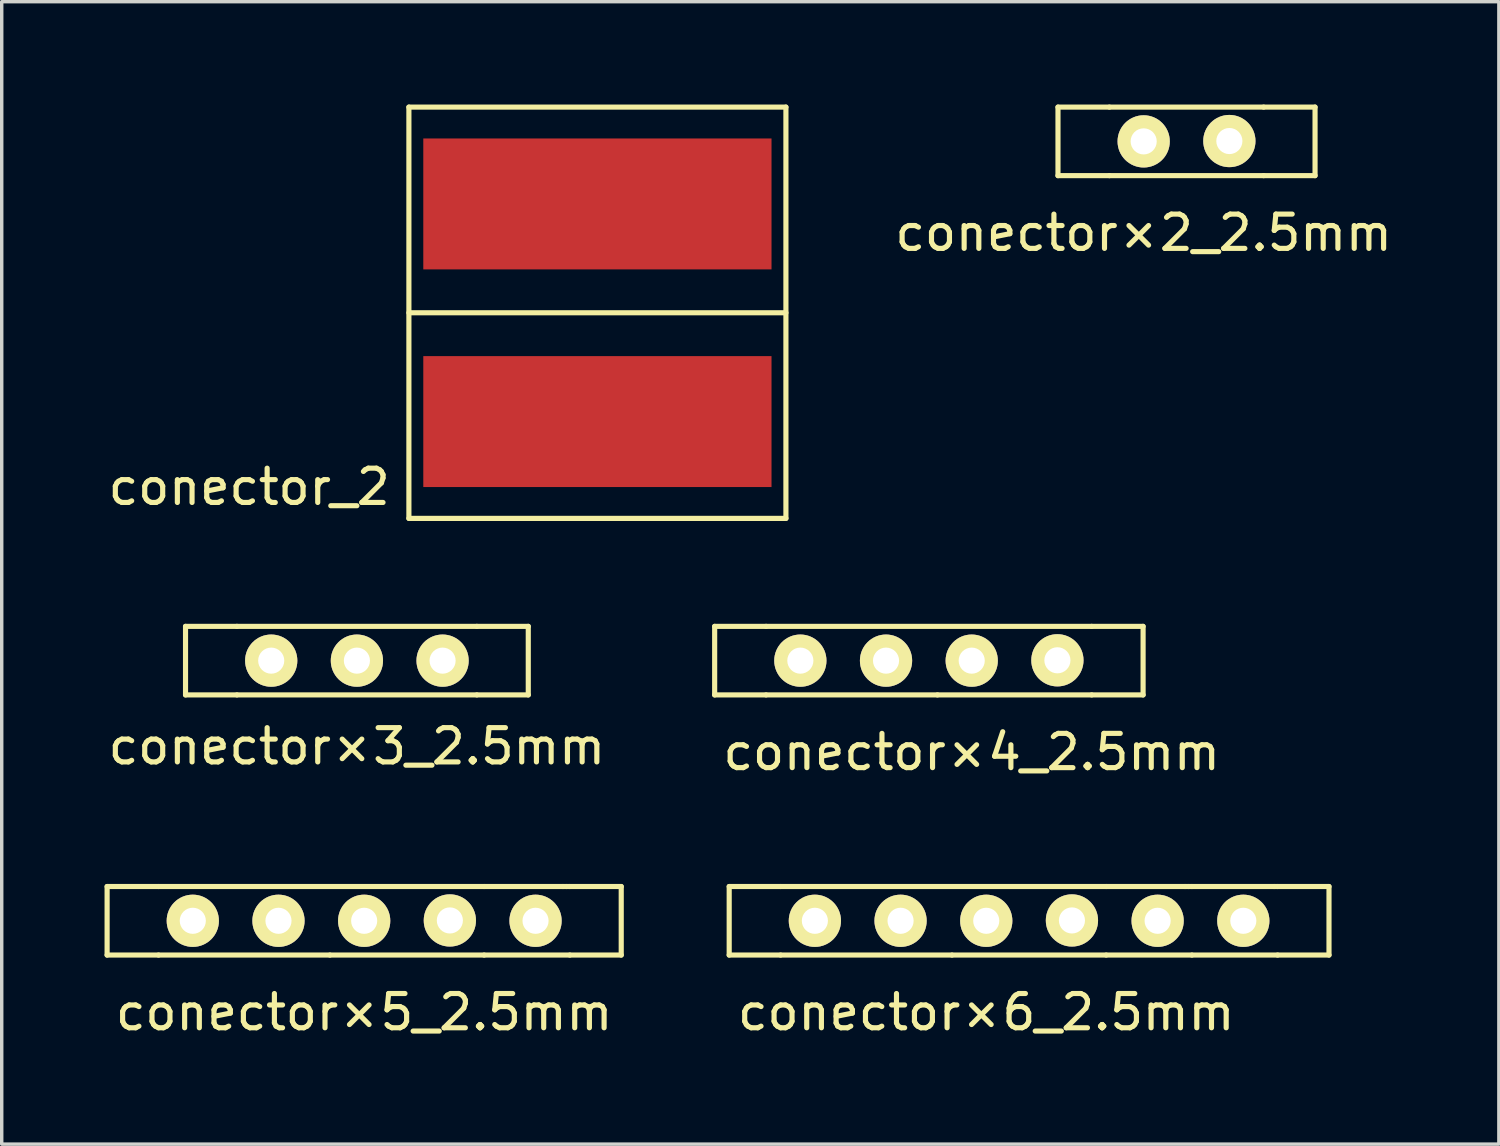
<source format=kicad_pcb>
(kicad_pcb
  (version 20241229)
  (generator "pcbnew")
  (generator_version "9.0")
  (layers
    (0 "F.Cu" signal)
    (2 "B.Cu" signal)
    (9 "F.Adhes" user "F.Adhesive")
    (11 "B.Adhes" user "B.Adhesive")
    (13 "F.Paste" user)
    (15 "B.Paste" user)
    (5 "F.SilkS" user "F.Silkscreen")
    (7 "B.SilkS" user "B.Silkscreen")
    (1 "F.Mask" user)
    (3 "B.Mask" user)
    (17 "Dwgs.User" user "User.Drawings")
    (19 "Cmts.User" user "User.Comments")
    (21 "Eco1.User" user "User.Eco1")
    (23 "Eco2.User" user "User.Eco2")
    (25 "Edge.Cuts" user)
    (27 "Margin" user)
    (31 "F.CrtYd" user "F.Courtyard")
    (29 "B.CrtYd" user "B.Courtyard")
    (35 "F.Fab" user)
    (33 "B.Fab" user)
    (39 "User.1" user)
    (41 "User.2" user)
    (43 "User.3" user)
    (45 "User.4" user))
  (footprint "conector×5_2.5mm"
    (layer "F.Cu")
    (at 7.575 23.815)
    (property "Reference" "conector×5_2.5mm" (at 0 2.667 0) (layer "F.SilkS") (effects (font (size 1 1) (thickness 0.15))))
    (attr through_hole)
    (fp_line (start -7.5 1) (end -7.5 -1) (stroke (width 0.15) (type solid)) (layer "F.SilkS"))
    (fp_line (start -6 -1) (end -7.5 -1) (stroke (width 0.15) (type solid)) (layer "F.SilkS"))
    (fp_line (start -6 -1) (end 3.5 -1) (stroke (width 0.15) (type solid)) (layer "F.SilkS"))
    (fp_line (start -6 1) (end -7.5 1) (stroke (width 0.15) (type solid)) (layer "F.SilkS"))
    (fp_line (start -1 1) (end -6 1) (stroke (width 0.15) (type solid)) (layer "F.SilkS"))
    (fp_line (start -1 1) (end 3.5 1) (stroke (width 0.15) (type solid)) (layer "F.SilkS"))
    (fp_line (start 3.5 -1) (end 5.8 -1) (stroke (width 0.15) (type solid)) (layer "F.SilkS"))
    (fp_line (start 5.8 -1) (end 5.9 -1) (stroke (width 0.15) (type solid)) (layer "F.SilkS"))
    (fp_line (start 5.9 -1) (end 6 -1) (stroke (width 0.15) (type solid)) (layer "F.SilkS"))
    (fp_line (start 6 -1) (end 7.5 -1) (stroke (width 0.15) (type solid)) (layer "F.SilkS"))
    (fp_line (start 6 1) (end 3.5 1) (stroke (width 0.15) (type solid)) (layer "F.SilkS"))
    (fp_line (start 6 1) (end 7.5 1) (stroke (width 0.15) (type solid)) (layer "F.SilkS"))
    (fp_line (start 7.5 1) (end 7.5 -1) (stroke (width 0.15) (type solid)) (layer "F.SilkS"))
    (pad "1" thru_hole circle (at -5 0) (size 1.524 1.524) (drill 0.762) (layers "*.Cu" "*.Mask" "F.SilkS"))
    (pad "2" thru_hole circle (at -2.5 0) (size 1.524 1.524) (drill 0.762) (layers "*.Cu" "*.Mask" "F.SilkS"))
    (pad "3" thru_hole circle (at 0 0) (size 1.524 1.524) (drill 0.762) (layers "*.Cu" "*.Mask" "F.SilkS"))
    (pad "4" thru_hole circle (at 2.5 -0.01) (size 1.524 1.524) (drill 0.762) (layers "*.Cu" "*.Mask" "F.SilkS"))
    (pad "5" thru_hole circle (at 5 0) (size 1.524 1.524) (drill 0.762) (layers "*.Cu" "*.Mask" "F.SilkS")))
  (footprint "conector×3_2.5mm"
    (layer "F.Cu")
    (at 7.363 16.225)
    (property "Reference" "conector×3_2.5mm" (at 0 2.5 0) (layer "F.SilkS") (effects (font (size 1 1) (thickness 0.15))))
    (attr through_hole)
    (fp_line (start -5 1) (end -5 -1) (stroke (width 0.15) (type solid)) (layer "F.SilkS"))
    (fp_line (start -3.5 -1) (end -5 -1) (stroke (width 0.15) (type solid)) (layer "F.SilkS"))
    (fp_line (start -3.5 1) (end -5 1) (stroke (width 0.15) (type solid)) (layer "F.SilkS"))
    (fp_line (start -3.5 1) (end 3.5 1) (stroke (width 0.15) (type solid)) (layer "F.SilkS"))
    (fp_line (start 3.5 -1) (end -3.5 -1) (stroke (width 0.15) (type solid)) (layer "F.SilkS"))
    (fp_line (start 3.5 -1) (end 5 -1) (stroke (width 0.15) (type solid)) (layer "F.SilkS"))
    (fp_line (start 3.5 1) (end 5 1) (stroke (width 0.15) (type solid)) (layer "F.SilkS"))
    (fp_line (start 5 1) (end 5 -1) (stroke (width 0.15) (type solid)) (layer "F.SilkS"))
    (pad "1" thru_hole circle (at -2.5 0) (size 1.524 1.524) (drill 0.762) (layers "*.Cu" "*.Mask" "F.SilkS"))
    (pad "2" thru_hole circle (at 0 0) (size 1.524 1.524) (drill 0.762) (layers "*.Cu" "*.Mask" "F.SilkS"))
    (pad "3" thru_hole circle (at 2.5 0) (size 1.524 1.524) (drill 0.762) (layers "*.Cu" "*.Mask" "F.SilkS")))
  (footprint "conector×4_2.5mm"
    (layer "F.Cu")
    (at 25.301 16.225)
    (property "Reference" "conector×4_2.5mm" (at 0 2.667 0) (layer "F.SilkS") (effects (font (size 1 1) (thickness 0.15))))
    (attr through_hole)
    (fp_line (start -7.5 1) (end -7.5 -1) (stroke (width 0.15) (type solid)) (layer "F.SilkS"))
    (fp_line (start -6 -1) (end -7.5 -1) (stroke (width 0.15) (type solid)) (layer "F.SilkS"))
    (fp_line (start -6 -1) (end 3.5 -1) (stroke (width 0.15) (type solid)) (layer "F.SilkS"))
    (fp_line (start -6 1) (end -7.5 1) (stroke (width 0.15) (type solid)) (layer "F.SilkS"))
    (fp_line (start -1 1) (end -6 1) (stroke (width 0.15) (type solid)) (layer "F.SilkS"))
    (fp_line (start -1 1) (end 3.5 1) (stroke (width 0.15) (type solid)) (layer "F.SilkS"))
    (fp_line (start 3.5 -1) (end 5 -1) (stroke (width 0.15) (type solid)) (layer "F.SilkS"))
    (fp_line (start 3.5 1) (end 5 1) (stroke (width 0.15) (type solid)) (layer "F.SilkS"))
    (fp_line (start 5 1) (end 5 -1) (stroke (width 0.15) (type solid)) (layer "F.SilkS"))
    (pad "1" thru_hole circle (at -5 0) (size 1.524 1.524) (drill 0.762) (layers "*.Cu" "*.Mask" "F.SilkS"))
    (pad "2" thru_hole circle (at -2.5 0) (size 1.524 1.524) (drill 0.762) (layers "*.Cu" "*.Mask" "F.SilkS"))
    (pad "3" thru_hole circle (at 0 0) (size 1.524 1.524) (drill 0.762) (layers "*.Cu" "*.Mask" "F.SilkS"))
    (pad "4" thru_hole circle (at 2.5 -0.01) (size 1.524 1.524) (drill 0.762) (layers "*.Cu" "*.Mask" "F.SilkS")))
  (footprint "conector×2_2.5mm"
    (layer "F.Cu")
    (at 30.318 1.075)
    (property "Reference" "conector×2_2.5mm" (at 0 2.667 0) (layer "F.SilkS") (effects (font (size 1 1) (thickness 0.15))))
    (attr through_hole)
    (fp_line (start -2.5 1) (end -2.5 -1) (stroke (width 0.15) (type solid)) (layer "F.SilkS"))
    (fp_line (start -1 -1) (end -2.5 -1) (stroke (width 0.15) (type solid)) (layer "F.SilkS"))
    (fp_line (start -1 1) (end -2.5 1) (stroke (width 0.15) (type solid)) (layer "F.SilkS"))
    (fp_line (start -1 1) (end 3.5 1) (stroke (width 0.15) (type solid)) (layer "F.SilkS"))
    (fp_line (start 3.5 -1) (end -1 -1) (stroke (width 0.15) (type solid)) (layer "F.SilkS"))
    (fp_line (start 3.5 -1) (end 5 -1) (stroke (width 0.15) (type solid)) (layer "F.SilkS"))
    (fp_line (start 3.5 1) (end 5 1) (stroke (width 0.15) (type solid)) (layer "F.SilkS"))
    (fp_line (start 5 1) (end 5 -1) (stroke (width 0.15) (type solid)) (layer "F.SilkS"))
    (pad "1" thru_hole circle (at 0 0) (size 1.524 1.524) (drill 0.762) (layers "*.Cu" "*.Mask" "F.SilkS"))
    (pad "2" thru_hole circle (at 2.5 -0.01) (size 1.524 1.524) (drill 0.762) (layers "*.Cu" "*.Mask" "F.SilkS")))
  (footprint "conector_2"
    (layer "F.Cu")
    (at 14.38 6.075)
    (property "Reference" "conector_2" (at -10.16 5.08 0) (layer "F.SilkS") (effects (font (size 1 1) (thickness 0.15))))
    (attr through_hole)
    (fp_line (start -5.5 -6) (end -5.5 6) (stroke (width 0.15) (type solid)) (layer "F.SilkS"))
    (fp_line (start -5.5 0) (end 5.5 0) (stroke (width 0.15) (type solid)) (layer "F.SilkS"))
    (fp_line (start -5.5 6) (end 5.5 6) (stroke (width 0.15) (type solid)) (layer "F.SilkS"))
    (fp_line (start 5.5 -6) (end -5.5 -6) (stroke (width 0.15) (type solid)) (layer "F.SilkS"))
    (fp_line (start 5.5 6) (end 5.5 -6) (stroke (width 0.15) (type solid)) (layer "F.SilkS"))
    (pad "1" connect rect (at 0 -3.175) (size 10.16 3.82) (layers "F.Cu" "F.Mask"))
    (pad "2" connect rect (at 0 3.175) (size 10.16 3.82) (layers "F.Cu" "F.Mask")))
  (footprint "conector×6_2.5mm"
    (layer "F.Cu")
    (at 25.725 23.815)
    (property "Reference" "conector×6_2.5mm" (at 0 2.667 0) (layer "F.SilkS") (effects (font (size 1 1) (thickness 0.15))))
    (attr through_hole)
    (fp_line (start -7.5 -1) (end -7.5 1) (stroke (width 0.15) (type solid)) (layer "F.SilkS"))
    (fp_line (start -6 -1) (end -7.5 -1) (stroke (width 0.15) (type solid)) (layer "F.SilkS"))
    (fp_line (start -6 -1) (end 3.5 -1) (stroke (width 0.15) (type solid)) (layer "F.SilkS"))
    (fp_line (start -6 1) (end -7.5 1) (stroke (width 0.15) (type solid)) (layer "F.SilkS"))
    (fp_line (start -1 1) (end -6 1) (stroke (width 0.15) (type solid)) (layer "F.SilkS"))
    (fp_line (start -1 1) (end 3.5 1) (stroke (width 0.15) (type solid)) (layer "F.SilkS"))
    (fp_line (start 3.5 -1) (end 5.8 -1) (stroke (width 0.15) (type solid)) (layer "F.SilkS"))
    (fp_line (start 5.8 -1) (end 5.9 -1) (stroke (width 0.15) (type solid)) (layer "F.SilkS"))
    (fp_line (start 5.9 -1) (end 6 -1) (stroke (width 0.15) (type solid)) (layer "F.SilkS"))
    (fp_line (start 6 -1) (end 8.4 -1) (stroke (width 0.15) (type solid)) (layer "F.SilkS"))
    (fp_line (start 6 1) (end 3.5 1) (stroke (width 0.15) (type solid)) (layer "F.SilkS"))
    (fp_line (start 8.4 -1) (end 8.5 -1) (stroke (width 0.15) (type solid)) (layer "F.SilkS"))
    (fp_line (start 8.5 -1) (end 10 -1) (stroke (width 0.15) (type solid)) (layer "F.SilkS"))
    (fp_line (start 8.5 1) (end 6 1) (stroke (width 0.15) (type solid)) (layer "F.SilkS"))
    (fp_line (start 8.5 1) (end 10 1) (stroke (width 0.15) (type solid)) (layer "F.SilkS"))
    (fp_line (start 10 1) (end 10 -1) (stroke (width 0.15) (type solid)) (layer "F.SilkS"))
    (pad "1" thru_hole circle (at -5 0) (size 1.524 1.524) (drill 0.762) (layers "*.Cu" "*.Mask" "F.SilkS"))
    (pad "2" thru_hole circle (at -2.5 0) (size 1.524 1.524) (drill 0.762) (layers "*.Cu" "*.Mask" "F.SilkS"))
    (pad "3" thru_hole circle (at 0 0) (size 1.524 1.524) (drill 0.762) (layers "*.Cu" "*.Mask" "F.SilkS"))
    (pad "4" thru_hole circle (at 2.5 -0.01) (size 1.524 1.524) (drill 0.762) (layers "*.Cu" "*.Mask" "F.SilkS"))
    (pad "5" thru_hole circle (at 5 0) (size 1.524 1.524) (drill 0.762) (layers "*.Cu" "*.Mask" "F.SilkS"))
    (pad "6" thru_hole circle (at 7.5 0) (size 1.524 1.524) (drill 0.762) (layers "*.Cu" "*.Mask" "F.SilkS")))
  (gr_rect
    (start -3 -3)
    (end 40.681 30.331)
    (stroke (width 0.1) (type default))
    (fill no)
    (layer "Edge.Cuts")))
</source>
